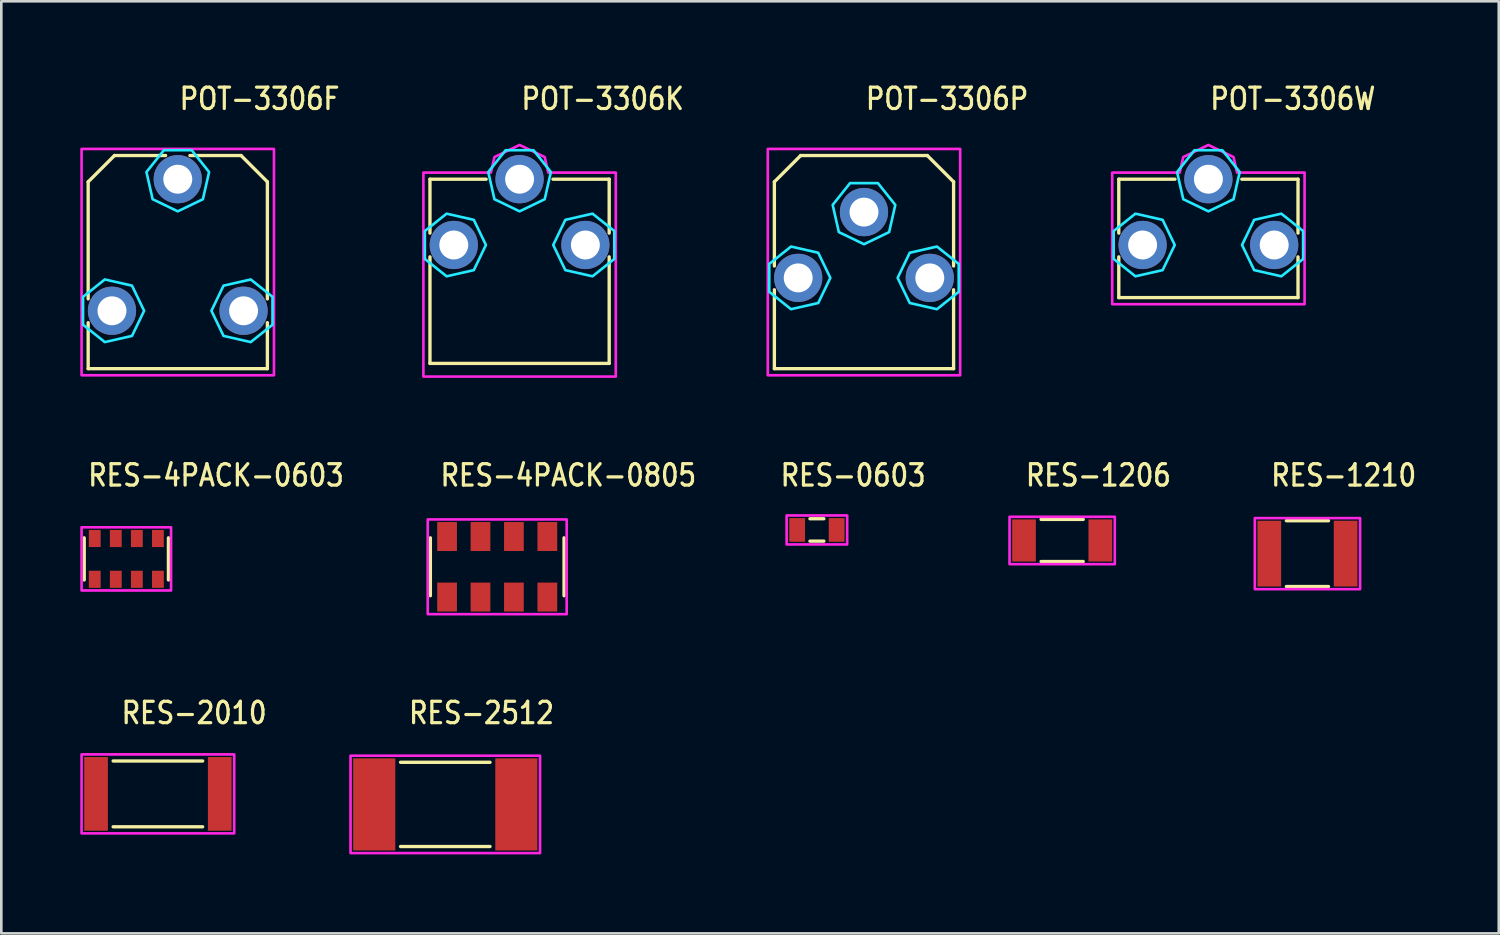
<source format=kicad_pcb>
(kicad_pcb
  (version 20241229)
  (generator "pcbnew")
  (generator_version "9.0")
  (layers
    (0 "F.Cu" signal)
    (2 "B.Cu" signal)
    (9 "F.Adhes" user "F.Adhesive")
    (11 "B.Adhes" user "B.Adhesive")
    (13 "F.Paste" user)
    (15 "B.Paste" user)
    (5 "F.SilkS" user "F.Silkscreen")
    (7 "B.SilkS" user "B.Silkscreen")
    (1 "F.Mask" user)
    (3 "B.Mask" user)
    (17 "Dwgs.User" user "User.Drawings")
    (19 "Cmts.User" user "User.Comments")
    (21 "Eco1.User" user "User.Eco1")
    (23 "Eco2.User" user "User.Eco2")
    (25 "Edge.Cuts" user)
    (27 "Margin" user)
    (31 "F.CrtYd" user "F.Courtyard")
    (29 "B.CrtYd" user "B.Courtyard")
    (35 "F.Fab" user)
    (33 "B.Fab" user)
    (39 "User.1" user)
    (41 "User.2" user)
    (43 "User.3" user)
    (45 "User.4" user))
  (footprint "RES-1210"
    (layer "F.Cu")
    (at 46.631 17.987)
    (property "Reference" "RES-1210" (at -1.45 -2.5 0) (unlocked yes) (layer "F.SilkS") (effects (font (size 0.813 0.695) (thickness 0.122)) (justify left bottom)))
    (fp_line (start -0.8 -1.25) (end 0.8 -1.25) (stroke (width 0.127) (type solid)) (layer "F.SilkS"))
    (fp_line (start -0.8 1.25) (end 0.8 1.25) (stroke (width 0.127) (type solid)) (layer "F.SilkS"))
    (fp_poly (pts (xy -2 -1.35) (xy 2 -1.35) (xy 2 1.35) (xy -2 1.35)) (stroke (width 0.1) (type solid)) (fill no) (layer "F.CrtYd"))
    (pad "1" smd rect (at -1.45 0) (size 0.9 2.5) (layers "F.Cu" "F.Mask" "F.Paste"))
    (pad "2" smd rect (at 1.45 0) (size 0.9 2.5) (layers "F.Cu" "F.Mask" "F.Paste")))
  (footprint "RES-4PACK-0805"
    (layer "F.Cu")
    (at 15.843 18.487)
    (property "Reference" "RES-4PACK-0805" (at -2.225 -3 0) (unlocked yes) (layer "F.SilkS") (effects (font (size 0.813 0.695) (thickness 0.122)) (justify left bottom)))
    (fp_line (start -2.54 -1.1) (end -2.54 1.1) (stroke (width 0.127) (type solid)) (layer "F.SilkS"))
    (fp_line (start 2.54 -1.1) (end 2.54 1.1) (stroke (width 0.127) (type solid)) (layer "F.SilkS"))
    (fp_poly (pts (xy 2.64 -1.8) (xy 2.64 1.8) (xy -2.64 1.8) (xy -2.64 -1.8)) (stroke (width 0.1) (type solid)) (fill no) (layer "F.CrtYd"))
    (pad "1" smd rect (at -1.905 -1.15) (size 0.75 1.1) (layers "F.Cu" "F.Mask" "F.Paste"))
    (pad "2" smd rect (at -1.905 1.15) (size 0.75 1.1) (layers "F.Cu" "F.Mask" "F.Paste"))
    (pad "3" smd rect (at -0.635 -1.15) (size 0.75 1.1) (layers "F.Cu" "F.Mask" "F.Paste"))
    (pad "4" smd rect (at -0.635 1.15) (size 0.75 1.1) (layers "F.Cu" "F.Mask" "F.Paste"))
    (pad "5" smd rect (at 0.635 -1.15) (size 0.75 1.1) (layers "F.Cu" "F.Mask" "F.Paste"))
    (pad "6" smd rect (at 0.635 1.15) (size 0.75 1.1) (layers "F.Cu" "F.Mask" "F.Paste"))
    (pad "7" smd rect (at 1.905 -1.15) (size 0.75 1.1) (layers "F.Cu" "F.Mask" "F.Paste"))
    (pad "8" smd rect (at 1.905 1.15) (size 0.75 1.1) (layers "F.Cu" "F.Mask" "F.Paste")))
  (footprint "RES-2010"
    (layer "F.Cu")
    (at 2.95 27.116)
    (property "Reference" "RES-2010" (at -1.45 -2.6 0) (unlocked yes) (layer "F.SilkS") (effects (font (size 0.813 0.695) (thickness 0.122)) (justify left bottom)))
    (fp_line (start -1.7 -1.25) (end 1.7 -1.25) (stroke (width 0.127) (type solid)) (layer "F.SilkS"))
    (fp_line (start -1.7 1.25) (end 1.7 1.25) (stroke (width 0.127) (type solid)) (layer "F.SilkS"))
    (fp_poly (pts (xy -2.9 -1.5) (xy 2.9 -1.5) (xy 2.9 1.5) (xy -2.9 1.5)) (stroke (width 0.1) (type solid)) (fill no) (layer "F.CrtYd"))
    (pad "1" smd rect (at -2.35 0) (size 0.9 2.8) (layers "F.Cu" "F.Mask" "F.Paste"))
    (pad "2" smd rect (at 2.35 0) (size 0.9 2.8) (layers "F.Cu" "F.Mask" "F.Paste")))
  (footprint "RES-1206"
    (layer "F.Cu")
    (at 37.311 17.487)
    (property "Reference" "RES-1206" (at -1.45 -2 0) (unlocked yes) (layer "F.SilkS") (effects (font (size 0.813 0.695) (thickness 0.122)) (justify left bottom)))
    (fp_line (start -0.8 -0.8) (end 0.8 -0.8) (stroke (width 0.127) (type solid)) (layer "F.SilkS"))
    (fp_line (start -0.8 0.8) (end 0.8 0.8) (stroke (width 0.127) (type solid)) (layer "F.SilkS"))
    (fp_poly (pts (xy -2 -0.9) (xy 2 -0.9) (xy 2 0.9) (xy -2 0.9)) (stroke (width 0.1) (type solid)) (fill no) (layer "F.CrtYd"))
    (pad "1" smd rect (at -1.45 0) (size 0.9 1.6) (layers "F.Cu" "F.Mask" "F.Paste"))
    (pad "2" smd rect (at 1.45 0) (size 0.9 1.6) (layers "F.Cu" "F.Mask" "F.Paste")))
  (footprint "POT-3306P"
    (layer "F.Cu")
    (at 29.78 6.259)
    (property "Reference" "POT-3306P" (at 0 -5.08 0) (unlocked yes) (layer "F.SilkS") (effects (font (size 0.813 0.695) (thickness 0.122)) (justify left bottom)))
    (fp_line (start -3.405 -2.4) (end -2.405 -3.4) (stroke (width 0.127) (type solid)) (layer "F.SilkS"))
    (fp_line (start -3.405 0.798) (end -3.405 -2.4) (stroke (width 0.127) (type solid)) (layer "F.SilkS"))
    (fp_line (start -3.405 4.7) (end -3.405 1.702) (stroke (width 0.127) (type solid)) (layer "F.SilkS"))
    (fp_line (start -2.405 -3.4) (end 2.405 -3.4) (stroke (width 0.127) (type solid)) (layer "F.SilkS"))
    (fp_line (start 2.405 -3.4) (end 3.405 -2.4) (stroke (width 0.127) (type solid)) (layer "F.SilkS"))
    (fp_line (start 3.405 -2.4) (end 3.405 0.798) (stroke (width 0.127) (type solid)) (layer "F.SilkS"))
    (fp_line (start 3.405 1.702) (end 3.405 4.7) (stroke (width 0.127) (type solid)) (layer "F.SilkS"))
    (fp_line (start 3.405 4.7) (end -3.405 4.7) (stroke (width 0.127) (type solid)) (layer "F.SilkS"))
    (fp_circle (center 0 0) (end 3.4 0) (stroke (width 0.001) (type solid)) (fill no) (layer "Dwgs.User"))
    (fp_poly (pts (xy -1.279 1.25) (xy -1.739 0.295) (xy -2.772 0.06) (xy -3.6 0.72) (xy -3.6 1.78) (xy -2.772 2.44) (xy -1.739 2.205)) (stroke (width 0.1) (type solid)) (fill no) (layer "B.CrtYd"))
    (fp_poly (pts (xy 0 -0.029) (xy 0.955 -0.489) (xy 1.19 -1.522) (xy 0.53 -2.35) (xy -0.53 -2.35) (xy -1.19 -1.522) (xy -0.955 -0.489)) (stroke (width 0.1) (type solid)) (fill no) (layer "B.CrtYd"))
    (fp_poly (pts (xy 1.279 1.25) (xy 1.739 2.205) (xy 2.772 2.44) (xy 3.6 1.78) (xy 3.6 0.72) (xy 2.772 0.06) (xy 1.739 0.295)) (stroke (width 0.1) (type solid)) (fill no) (layer "B.CrtYd"))
    (fp_poly (pts (xy -3.655 -3.65) (xy 3.655 -3.65) (xy 3.655 4.95) (xy -3.655 4.95)) (stroke (width 0.1) (type solid)) (fill no) (layer "F.CrtYd"))
    (pad "1" thru_hole oval (at 2.5 1.25) (size 1.833 1.833) (drill 1.1) (layers "*.Cu" "*.Mask"))
    (pad "2" thru_hole oval (at 0 -1.25) (size 1.833 1.833) (drill 1.1) (layers "*.Cu" "*.Mask"))
    (pad "3" thru_hole oval (at -2.5 1.25) (size 1.833 1.833) (drill 1.1) (layers "*.Cu" "*.Mask")))
  (footprint "RES-0603"
    (layer "F.Cu")
    (at 27.991 17.087)
    (property "Reference" "RES-0603" (at -1.45 -1.6 0) (unlocked yes) (layer "F.SilkS") (effects (font (size 0.813 0.695) (thickness 0.122)) (justify left bottom)))
    (fp_line (start -0.264 -0.425) (end 0.264 -0.425) (stroke (width 0.127) (type solid)) (layer "F.SilkS"))
    (fp_line (start -0.264 0.425) (end 0.264 0.425) (stroke (width 0.127) (type solid)) (layer "F.SilkS"))
    (fp_poly (pts (xy -1.15 -0.55) (xy 1.15 -0.55) (xy 1.15 0.55) (xy -1.15 0.55)) (stroke (width 0.1) (type solid)) (fill no) (layer "F.CrtYd"))
    (pad "1" smd rect (at -0.75 0) (size 0.6 0.9) (layers "F.Cu" "F.Mask" "F.Paste"))
    (pad "2" smd rect (at 0.75 0) (size 0.6 0.9) (layers "F.Cu" "F.Mask" "F.Paste")))
  (footprint "RES-2512"
    (layer "F.Cu")
    (at 13.87 27.516)
    (property "Reference" "RES-2512" (at -1.45 -3 0) (unlocked yes) (layer "F.SilkS") (effects (font (size 0.813 0.695) (thickness 0.122)) (justify left bottom)))
    (fp_line (start -1.7 -1.6) (end 1.7 -1.6) (stroke (width 0.127) (type solid)) (layer "F.SilkS"))
    (fp_line (start -1.7 1.6) (end 1.7 1.6) (stroke (width 0.127) (type solid)) (layer "F.SilkS"))
    (fp_poly (pts (xy -3.6 -1.85) (xy 3.6 -1.85) (xy 3.6 1.85) (xy -3.6 1.85)) (stroke (width 0.1) (type solid)) (fill no) (layer "F.CrtYd"))
    (pad "1" smd rect (at -2.7 0) (size 1.6 3.5) (layers "F.Cu" "F.Mask" "F.Paste"))
    (pad "2" smd rect (at 2.7 0) (size 1.6 3.5) (layers "F.Cu" "F.Mask" "F.Paste")))
  (footprint "RES-4PACK-0603"
    (layer "F.Cu")
    (at 1.75 18.187)
    (property "Reference" "RES-4PACK-0603" (at -1.52 -2.7 0) (unlocked yes) (layer "F.SilkS") (effects (font (size 0.813 0.695) (thickness 0.122)) (justify left bottom)))
    (fp_line (start -1.6 -0.8) (end -1.6 0.8) (stroke (width 0.127) (type solid)) (layer "F.SilkS"))
    (fp_line (start 1.6 -0.8) (end 1.6 0.8) (stroke (width 0.127) (type solid)) (layer "F.SilkS"))
    (fp_poly (pts (xy 1.7 -1.2) (xy 1.7 1.2) (xy -1.7 1.2) (xy -1.7 -1.2)) (stroke (width 0.1) (type solid)) (fill no) (layer "F.CrtYd"))
    (pad "1" smd rect (at -1.2 -0.775) (size 0.45 0.65) (layers "F.Cu" "F.Mask" "F.Paste"))
    (pad "2" smd rect (at -1.2 0.775) (size 0.45 0.65) (layers "F.Cu" "F.Mask" "F.Paste"))
    (pad "3" smd rect (at -0.4 -0.775) (size 0.45 0.65) (layers "F.Cu" "F.Mask" "F.Paste"))
    (pad "4" smd rect (at -0.4 0.775) (size 0.45 0.65) (layers "F.Cu" "F.Mask" "F.Paste"))
    (pad "5" smd rect (at 0.4 -0.775) (size 0.45 0.65) (layers "F.Cu" "F.Mask" "F.Paste"))
    (pad "6" smd rect (at 0.4 0.775) (size 0.45 0.65) (layers "F.Cu" "F.Mask" "F.Paste"))
    (pad "7" smd rect (at 1.2 -0.775) (size 0.45 0.65) (layers "F.Cu" "F.Mask" "F.Paste"))
    (pad "8" smd rect (at 1.2 0.775) (size 0.45 0.65) (layers "F.Cu" "F.Mask" "F.Paste")))
  (footprint "POT-3306F"
    (layer "F.Cu")
    (at 3.705 6.259)
    (property "Reference" "POT-3306F" (at 0 -5.08 0) (unlocked yes) (layer "F.SilkS") (effects (font (size 0.813 0.695) (thickness 0.122)) (justify left bottom)))
    (fp_line (start -3.405 -2.4) (end -2.405 -3.4) (stroke (width 0.127) (type solid)) (layer "F.SilkS"))
    (fp_line (start -3.405 2.048) (end -3.405 -2.4) (stroke (width 0.127) (type solid)) (layer "F.SilkS"))
    (fp_line (start -3.405 4.7) (end -3.405 2.952) (stroke (width 0.127) (type solid)) (layer "F.SilkS"))
    (fp_line (start -2.405 -3.4) (end -0.462 -3.4) (stroke (width 0.127) (type solid)) (layer "F.SilkS"))
    (fp_line (start 0.462 -3.4) (end 2.405 -3.4) (stroke (width 0.127) (type solid)) (layer "F.SilkS"))
    (fp_line (start 2.405 -3.4) (end 3.405 -2.4) (stroke (width 0.127) (type solid)) (layer "F.SilkS"))
    (fp_line (start 3.405 -2.4) (end 3.405 2.048) (stroke (width 0.127) (type solid)) (layer "F.SilkS"))
    (fp_line (start 3.405 2.952) (end 3.405 4.7) (stroke (width 0.127) (type solid)) (layer "F.SilkS"))
    (fp_line (start 3.405 4.7) (end -3.405 4.7) (stroke (width 0.127) (type solid)) (layer "F.SilkS"))
    (fp_circle (center 0 0) (end 3.4 0) (stroke (width 0.001) (type solid)) (fill no) (layer "Dwgs.User"))
    (fp_poly (pts (xy -1.279 2.5) (xy -1.739 1.545) (xy -2.772 1.31) (xy -3.6 1.97) (xy -3.6 3.03) (xy -2.772 3.69) (xy -1.739 3.455)) (stroke (width 0.1) (type solid)) (fill no) (layer "B.CrtYd"))
    (fp_poly (pts (xy 0 -1.279) (xy 0.955 -1.739) (xy 1.19 -2.772) (xy 0.53 -3.6) (xy -0.53 -3.6) (xy -1.19 -2.772) (xy -0.955 -1.739)) (stroke (width 0.1) (type solid)) (fill no) (layer "B.CrtYd"))
    (fp_poly (pts (xy 1.279 2.5) (xy 1.739 3.455) (xy 2.772 3.69) (xy 3.6 3.03) (xy 3.6 1.97) (xy 2.772 1.31) (xy 1.739 1.545)) (stroke (width 0.1) (type solid)) (fill no) (layer "B.CrtYd"))
    (fp_poly (pts (xy -3.655 -3.65) (xy 3.655 -3.65) (xy 3.655 4.95) (xy -3.655 4.95)) (stroke (width 0.1) (type solid)) (fill no) (layer "F.CrtYd"))
    (pad "1" thru_hole oval (at 2.5 2.5) (size 1.833 1.833) (drill 1.1) (layers "*.Cu" "*.Mask"))
    (pad "2" thru_hole oval (at 0 -2.5) (size 1.833 1.833) (drill 1.1) (layers "*.Cu" "*.Mask"))
    (pad "3" thru_hole oval (at -2.5 2.5) (size 1.833 1.833) (drill 1.1) (layers "*.Cu" "*.Mask")))
  (footprint "POT-3306W"
    (layer "F.Cu")
    (at 42.867 6.259)
    (property "Reference" "POT-3306W" (at 0 -5.08 0) (unlocked yes) (layer "F.SilkS") (effects (font (size 0.813 0.695) (thickness 0.122)) (justify left bottom)))
    (fp_line (start -3.405 -2.5) (end -1.27 -2.5) (stroke (width 0.127) (type solid)) (layer "F.SilkS"))
    (fp_line (start -3.405 -0.452) (end -3.405 -2.5) (stroke (width 0.127) (type solid)) (layer "F.SilkS"))
    (fp_line (start -3.405 2) (end -3.405 0.452) (stroke (width 0.127) (type solid)) (layer "F.SilkS"))
    (fp_line (start 1.27 -2.5) (end 3.405 -2.5) (stroke (width 0.127) (type solid)) (layer "F.SilkS"))
    (fp_line (start 3.405 -2.5) (end 3.405 -0.452) (stroke (width 0.127) (type solid)) (layer "F.SilkS"))
    (fp_line (start 3.405 0.452) (end 3.405 2) (stroke (width 0.127) (type solid)) (layer "F.SilkS"))
    (fp_line (start 3.405 2) (end -3.405 2) (stroke (width 0.127) (type solid)) (layer "F.SilkS"))
    (fp_poly (pts (xy -1.279 0) (xy -1.739 -0.955) (xy -2.772 -1.19) (xy -3.6 -0.53) (xy -3.6 0.53) (xy -2.772 1.19) (xy -1.739 0.955)) (stroke (width 0.1) (type solid)) (fill no) (layer "B.CrtYd"))
    (fp_poly (pts (xy 0 -1.279) (xy 0.955 -1.739) (xy 1.19 -2.772) (xy 0.53 -3.6) (xy -0.53 -3.6) (xy -1.19 -2.772) (xy -0.955 -1.739)) (stroke (width 0.1) (type solid)) (fill no) (layer "B.CrtYd"))
    (fp_poly (pts (xy 1.279 0) (xy 1.739 0.955) (xy 2.772 1.19) (xy 3.6 0.53) (xy 3.6 -0.53) (xy 2.772 -1.19) (xy 1.739 -0.955)) (stroke (width 0.1) (type solid)) (fill no) (layer "B.CrtYd"))
    (fp_poly (pts (xy -3.655 -2.75) (xy -1.089 -2.75) (xy -0.955 -3.341) (xy 0 -3.801) (xy 0.955 -3.341) (xy 1.089 -2.75) (xy 3.655 -2.75) (xy 3.655 2.25) (xy -3.655 2.25)) (stroke (width 0.1) (type solid)) (fill no) (layer "F.CrtYd"))
    (pad "1" thru_hole oval (at 2.5 0) (size 1.833 1.833) (drill 1.1) (layers "*.Cu" "*.Mask"))
    (pad "2" thru_hole oval (at 0 -2.5) (size 1.833 1.833) (drill 1.1) (layers "*.Cu" "*.Mask"))
    (pad "3" thru_hole oval (at -2.5 0) (size 1.833 1.833) (drill 1.1) (layers "*.Cu" "*.Mask")))
  (footprint "POT-3306K"
    (layer "F.Cu")
    (at 16.693 6.259)
    (property "Reference" "POT-3306K" (at 0 -5.08 0) (unlocked yes) (layer "F.SilkS") (effects (font (size 0.813 0.695) (thickness 0.122)) (justify left bottom)))
    (fp_line (start -3.405 -2.5) (end -1.27 -2.5) (stroke (width 0.127) (type solid)) (layer "F.SilkS"))
    (fp_line (start -3.405 -0.452) (end -3.405 -2.5) (stroke (width 0.127) (type solid)) (layer "F.SilkS"))
    (fp_line (start -3.405 4.5) (end -3.405 0.452) (stroke (width 0.127) (type solid)) (layer "F.SilkS"))
    (fp_line (start 1.27 -2.5) (end 3.405 -2.5) (stroke (width 0.127) (type solid)) (layer "F.SilkS"))
    (fp_line (start 3.405 -2.5) (end 3.405 -0.452) (stroke (width 0.127) (type solid)) (layer "F.SilkS"))
    (fp_line (start 3.405 0.452) (end 3.405 4.5) (stroke (width 0.127) (type solid)) (layer "F.SilkS"))
    (fp_line (start 3.405 4.5) (end -3.405 4.5) (stroke (width 0.127) (type solid)) (layer "F.SilkS"))
    (fp_poly (pts (xy -1.279 0) (xy -1.739 -0.955) (xy -2.772 -1.19) (xy -3.6 -0.53) (xy -3.6 0.53) (xy -2.772 1.19) (xy -1.739 0.955)) (stroke (width 0.1) (type solid)) (fill no) (layer "B.CrtYd"))
    (fp_poly (pts (xy 0 -1.279) (xy 0.955 -1.739) (xy 1.19 -2.772) (xy 0.53 -3.6) (xy -0.53 -3.6) (xy -1.19 -2.772) (xy -0.955 -1.739)) (stroke (width 0.1) (type solid)) (fill no) (layer "B.CrtYd"))
    (fp_poly (pts (xy 1.279 0) (xy 1.739 0.955) (xy 2.772 1.19) (xy 3.6 0.53) (xy 3.6 -0.53) (xy 2.772 -1.19) (xy 1.739 -0.955)) (stroke (width 0.1) (type solid)) (fill no) (layer "B.CrtYd"))
    (fp_poly (pts (xy -3.655 -2.75) (xy -1.089 -2.75) (xy -0.955 -3.341) (xy 0 -3.801) (xy 0.955 -3.341) (xy 1.089 -2.75) (xy 3.655 -2.75) (xy 3.655 5) (xy -3.655 5)) (stroke (width 0.1) (type solid)) (fill no) (layer "F.CrtYd"))
    (pad "1" thru_hole oval (at 2.5 0) (size 1.833 1.833) (drill 1.1) (layers "*.Cu" "*.Mask"))
    (pad "2" thru_hole oval (at 0 -2.5) (size 1.833 1.833) (drill 1.1) (layers "*.Cu" "*.Mask"))
    (pad "3" thru_hole oval (at -2.5 0) (size 1.833 1.833) (drill 1.1) (layers "*.Cu" "*.Mask")))
  (gr_rect
    (start -3 -3)
    (end 53.901 32.416)
    (stroke (width 0.1) (type default))
    (fill no)
    (layer "Edge.Cuts")))
</source>
